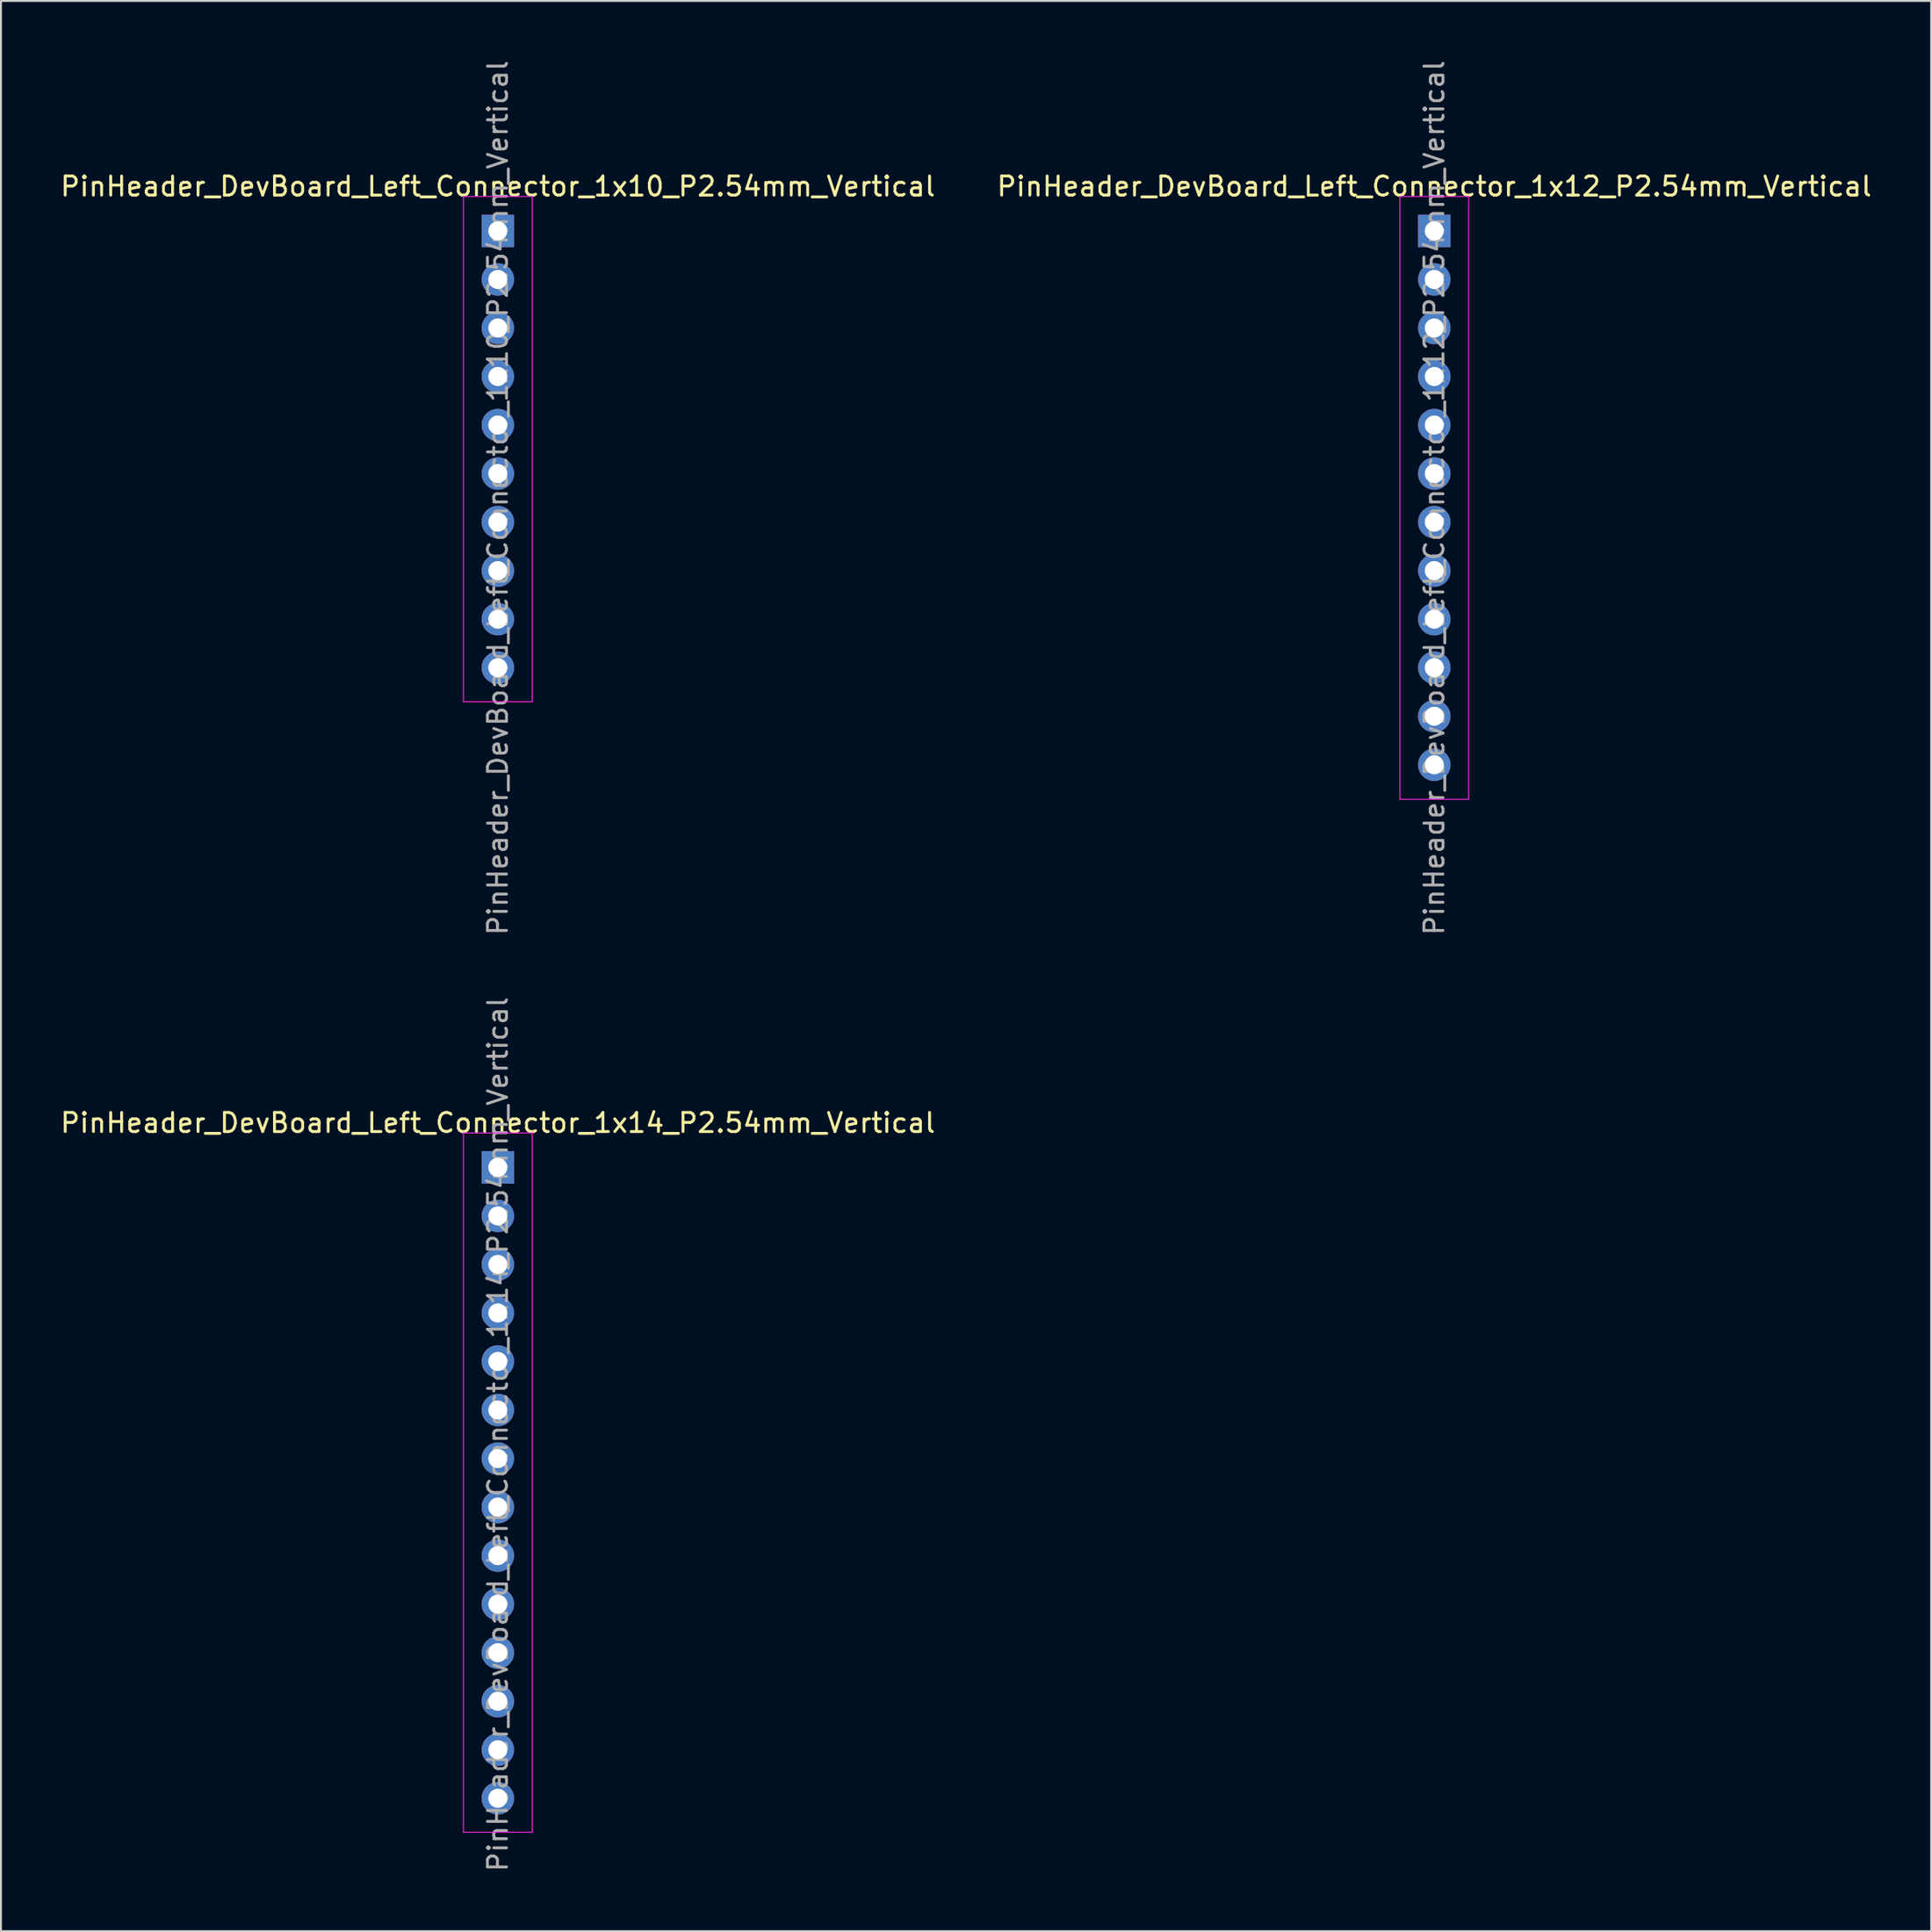
<source format=kicad_pcb>
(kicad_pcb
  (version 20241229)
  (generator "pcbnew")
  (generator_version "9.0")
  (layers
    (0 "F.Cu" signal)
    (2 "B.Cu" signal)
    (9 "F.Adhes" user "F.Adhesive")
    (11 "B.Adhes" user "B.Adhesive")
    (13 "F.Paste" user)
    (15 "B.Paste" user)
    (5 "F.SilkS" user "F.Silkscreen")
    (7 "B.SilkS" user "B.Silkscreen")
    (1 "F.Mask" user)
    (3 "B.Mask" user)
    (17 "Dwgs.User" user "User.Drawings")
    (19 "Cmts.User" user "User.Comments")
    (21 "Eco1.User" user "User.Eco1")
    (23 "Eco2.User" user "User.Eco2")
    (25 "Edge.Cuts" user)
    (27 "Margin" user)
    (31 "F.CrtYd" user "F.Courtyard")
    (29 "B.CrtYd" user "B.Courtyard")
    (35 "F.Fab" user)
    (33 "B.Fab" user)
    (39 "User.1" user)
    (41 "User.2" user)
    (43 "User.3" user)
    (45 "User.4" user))
  (footprint "PinHeader_DevBoard_Left_Connector_1x10_P2.54mm_Vertical"
    (layer "F.Cu")
    (at 23.006 9.036)
    (property "Reference" "PinHeader_DevBoard_Left_Connector_1x10_P2.54mm_Vertical" (at 0 -2.33 0) (layer "F.SilkS") (effects (font (size 1 1) (thickness 0.15))))
    (attr through_hole)
    (fp_line (start -1.8 -1.8) (end -1.8 24.638) (stroke (width 0.05) (type solid)) (layer "F.CrtYd"))
    (fp_line (start -1.8 24.638) (end 1.8 24.638) (stroke (width 0.05) (type solid)) (layer "F.CrtYd"))
    (fp_line (start 1.8 -1.8) (end -1.8 -1.8) (stroke (width 0.05) (type solid)) (layer "F.CrtYd"))
    (fp_line (start 1.8 24.638) (end 1.8 -1.8) (stroke (width 0.05) (type solid)) (layer "F.CrtYd"))
    (fp_text user "${NET_NAME(5)}" (at -0.508 9.398 45) (unlocked yes) (layer "B.SilkS") (effects (font (size 0.6 0.6) (thickness 0.15) (bold yes)) (justify bottom mirror)))
    (fp_text user "${NET_NAME(4)}" (at -0.508 6.858 45) (unlocked yes) (layer "B.SilkS") (effects (font (size 0.6 0.6) (thickness 0.15) (bold yes)) (justify bottom mirror)))
    (fp_text user "${NET_NAME(1)}" (at -0.762 -1.016 45) (unlocked yes) (layer "B.SilkS") (effects (font (size 0.6 0.6) (thickness 0.15) (bold yes)) (justify bottom mirror)))
    (fp_text user "${NET_NAME(10)}" (at -0.508 22.098 45) (unlocked yes) (layer "B.SilkS") (effects (font (size 0.6 0.6) (thickness 0.15) (bold yes)) (justify bottom mirror)))
    (fp_text user "${NET_NAME(7)}" (at -0.508 14.478 45) (unlocked yes) (layer "B.SilkS") (effects (font (size 0.6 0.6) (thickness 0.15) (bold yes)) (justify bottom mirror)))
    (fp_text user "${NET_NAME(2)}" (at -0.508 1.778 45) (unlocked yes) (layer "B.SilkS") (effects (font (size 0.6 0.6) (thickness 0.15) (bold yes)) (justify bottom mirror)))
    (fp_text user "${NET_NAME(6)}" (at -0.508 11.938 45) (unlocked yes) (layer "B.SilkS") (effects (font (size 0.6 0.6) (thickness 0.15) (bold yes)) (justify bottom mirror)))
    (fp_text user "${NET_NAME(9)}" (at -0.508 19.558 45) (unlocked yes) (layer "B.SilkS") (effects (font (size 0.6 0.6) (thickness 0.15) (bold yes)) (justify bottom mirror)))
    (fp_text user "${NET_NAME(8)}" (at -0.508 17.018 45) (unlocked yes) (layer "B.SilkS") (effects (font (size 0.6 0.6) (thickness 0.15) (bold yes)) (justify bottom mirror)))
    (fp_text user "${NET_NAME(3)}" (at -0.508 4.318 45) (unlocked yes) (layer "B.SilkS") (effects (font (size 0.6 0.6) (thickness 0.15) (bold yes)) (justify bottom mirror)))
    (fp_text user "${REFERENCE}" (at 0 13.97 90) (layer "F.Fab") (effects (font (size 1 1) (thickness 0.15))))
    (pad "1" thru_hole rect (at 0 0) (size 1.7 1.7) (drill 1) (layers "*.Cu" "*.Mask"))
    (pad "2" thru_hole oval (at 0 2.54) (size 1.7 1.7) (drill 1) (layers "*.Cu" "*.Mask"))
    (pad "3" thru_hole oval (at 0 5.08) (size 1.7 1.7) (drill 1) (layers "*.Cu" "*.Mask"))
    (pad "4" thru_hole oval (at 0 7.62) (size 1.7 1.7) (drill 1) (layers "*.Cu" "*.Mask"))
    (pad "5" thru_hole oval (at 0 10.16) (size 1.7 1.7) (drill 1) (layers "*.Cu" "*.Mask"))
    (pad "6" thru_hole oval (at 0 12.7) (size 1.7 1.7) (drill 1) (layers "*.Cu" "*.Mask"))
    (pad "7" thru_hole oval (at 0 15.24) (size 1.7 1.7) (drill 1) (layers "*.Cu" "*.Mask"))
    (pad "8" thru_hole oval (at 0 17.78) (size 1.7 1.7) (drill 1) (layers "*.Cu" "*.Mask"))
    (pad "9" thru_hole oval (at 0 20.32) (size 1.7 1.7) (drill 1) (layers "*.Cu" "*.Mask"))
    (pad "10" thru_hole oval (at 0 22.86) (size 1.7 1.7) (drill 1) (layers "*.Cu" "*.Mask")))
  (footprint "PinHeader_DevBoard_Left_Connector_1x14_P2.54mm_Vertical"
    (layer "F.Cu")
    (at 23.006 58.048)
    (property "Reference" "PinHeader_DevBoard_Left_Connector_1x14_P2.54mm_Vertical" (at 0 -2.33 0) (layer "F.SilkS") (effects (font (size 1 1) (thickness 0.15))))
    (attr through_hole)
    (fp_line (start -1.8 -1.8) (end -1.8 34.798) (stroke (width 0.05) (type solid)) (layer "F.CrtYd"))
    (fp_line (start -1.8 34.798) (end 1.8 34.798) (stroke (width 0.05) (type solid)) (layer "F.CrtYd"))
    (fp_line (start 1.8 -1.8) (end -1.8 -1.8) (stroke (width 0.05) (type solid)) (layer "F.CrtYd"))
    (fp_line (start 1.8 34.798) (end 1.8 -1.8) (stroke (width 0.05) (type solid)) (layer "F.CrtYd"))
    (fp_text user "${NET_NAME(9)}" (at -0.508 19.558 45) (unlocked yes) (layer "B.SilkS") (effects (font (size 0.6 0.6) (thickness 0.15) (bold yes)) (justify bottom mirror)))
    (fp_text user "${NET_NAME(3)}" (at -0.508 4.318 45) (unlocked yes) (layer "B.SilkS") (effects (font (size 0.6 0.6) (thickness 0.15) (bold yes)) (justify bottom mirror)))
    (fp_text user "${NET_NAME(2)}" (at -0.508 1.778 45) (unlocked yes) (layer "B.SilkS") (effects (font (size 0.6 0.6) (thickness 0.15) (bold yes)) (justify bottom mirror)))
    (fp_text user "${NET_NAME(12)}" (at -0.508 27.178 45) (unlocked yes) (layer "B.SilkS") (effects (font (size 0.6 0.6) (thickness 0.15) (bold yes)) (justify bottom mirror)))
    (fp_text user "${NET_NAME(1)}" (at -0.762 -1.016 45) (unlocked yes) (layer "B.SilkS") (effects (font (size 0.6 0.6) (thickness 0.15) (bold yes)) (justify bottom mirror)))
    (fp_text user "${NET_NAME(11)}" (at -0.508 24.638 45) (unlocked yes) (layer "B.SilkS") (effects (font (size 0.6 0.6) (thickness 0.15) (bold yes)) (justify bottom mirror)))
    (fp_text user "${NET_NAME(7)}" (at -0.508 14.478 45) (unlocked yes) (layer "B.SilkS") (effects (font (size 0.6 0.6) (thickness 0.15) (bold yes)) (justify bottom mirror)))
    (fp_text user "${NET_NAME(14)}" (at -0.508 32.258 45) (unlocked yes) (layer "B.SilkS") (effects (font (size 0.6 0.6) (thickness 0.15) (bold yes)) (justify bottom mirror)))
    (fp_text user "${NET_NAME(8)}" (at -0.508 17.018 45) (unlocked yes) (layer "B.SilkS") (effects (font (size 0.6 0.6) (thickness 0.15) (bold yes)) (justify bottom mirror)))
    (fp_text user "${NET_NAME(5)}" (at -0.508 9.398 45) (unlocked yes) (layer "B.SilkS") (effects (font (size 0.6 0.6) (thickness 0.15) (bold yes)) (justify bottom mirror)))
    (fp_text user "${NET_NAME(10)}" (at -0.508 22.098 45) (unlocked yes) (layer "B.SilkS") (effects (font (size 0.6 0.6) (thickness 0.15) (bold yes)) (justify bottom mirror)))
    (fp_text user "${NET_NAME(4)}" (at -0.508 6.858 45) (unlocked yes) (layer "B.SilkS") (effects (font (size 0.6 0.6) (thickness 0.15) (bold yes)) (justify bottom mirror)))
    (fp_text user "${NET_NAME(6)}" (at -0.508 11.938 45) (unlocked yes) (layer "B.SilkS") (effects (font (size 0.6 0.6) (thickness 0.15) (bold yes)) (justify bottom mirror)))
    (fp_text user "${NET_NAME(13)}" (at -0.508 29.718 45) (unlocked yes) (layer "B.SilkS") (effects (font (size 0.6 0.6) (thickness 0.15) (bold yes)) (justify bottom mirror)))
    (fp_text user "${REFERENCE}" (at 0 13.97 90) (layer "F.Fab") (effects (font (size 1 1) (thickness 0.15))))
    (pad "1" thru_hole rect (at 0 0) (size 1.7 1.7) (drill 1) (layers "*.Cu" "*.Mask"))
    (pad "2" thru_hole oval (at 0 2.54) (size 1.7 1.7) (drill 1) (layers "*.Cu" "*.Mask"))
    (pad "3" thru_hole oval (at 0 5.08) (size 1.7 1.7) (drill 1) (layers "*.Cu" "*.Mask"))
    (pad "4" thru_hole oval (at 0 7.62) (size 1.7 1.7) (drill 1) (layers "*.Cu" "*.Mask"))
    (pad "5" thru_hole oval (at 0 10.16) (size 1.7 1.7) (drill 1) (layers "*.Cu" "*.Mask"))
    (pad "6" thru_hole oval (at 0 12.7) (size 1.7 1.7) (drill 1) (layers "*.Cu" "*.Mask"))
    (pad "7" thru_hole oval (at 0 15.24) (size 1.7 1.7) (drill 1) (layers "*.Cu" "*.Mask"))
    (pad "8" thru_hole oval (at 0 17.78) (size 1.7 1.7) (drill 1) (layers "*.Cu" "*.Mask"))
    (pad "9" thru_hole oval (at 0 20.32) (size 1.7 1.7) (drill 1) (layers "*.Cu" "*.Mask"))
    (pad "10" thru_hole oval (at 0 22.86) (size 1.7 1.7) (drill 1) (layers "*.Cu" "*.Mask"))
    (pad "11" thru_hole oval (at 0 25.4) (size 1.7 1.7) (drill 1) (layers "*.Cu" "*.Mask"))
    (pad "12" thru_hole oval (at 0 27.94) (size 1.7 1.7) (drill 1) (layers "*.Cu" "*.Mask"))
    (pad "13" thru_hole oval (at 0 30.48) (size 1.7 1.7) (drill 1) (layers "*.Cu" "*.Mask"))
    (pad "14" thru_hole oval (at 0 33.02) (size 1.7 1.7) (drill 1) (layers "*.Cu" "*.Mask")))
  (footprint "PinHeader_DevBoard_Left_Connector_1x12_P2.54mm_Vertical"
    (layer "F.Cu")
    (at 72.018 9.036)
    (property "Reference" "PinHeader_DevBoard_Left_Connector_1x12_P2.54mm_Vertical" (at 0 -2.33 0) (layer "F.SilkS") (effects (font (size 1 1) (thickness 0.15))))
    (attr through_hole)
    (fp_line (start -1.8 -1.8) (end -1.8 29.75) (stroke (width 0.05) (type solid)) (layer "F.CrtYd"))
    (fp_line (start -1.8 29.75) (end 1.8 29.75) (stroke (width 0.05) (type solid)) (layer "F.CrtYd"))
    (fp_line (start 1.8 -1.8) (end -1.8 -1.8) (stroke (width 0.05) (type solid)) (layer "F.CrtYd"))
    (fp_line (start 1.8 29.75) (end 1.8 -1.8) (stroke (width 0.05) (type solid)) (layer "F.CrtYd"))
    (fp_text user "${NET_NAME(8)}" (at -0.508 17.018 45) (unlocked yes) (layer "B.SilkS") (effects (font (size 0.6 0.6) (thickness 0.15) (bold yes)) (justify bottom mirror)))
    (fp_text user "${NET_NAME(3)}" (at -0.508 4.318 45) (unlocked yes) (layer "B.SilkS") (effects (font (size 0.6 0.6) (thickness 0.15) (bold yes)) (justify bottom mirror)))
    (fp_text user "${NET_NAME(7)}" (at -0.508 14.478 45) (unlocked yes) (layer "B.SilkS") (effects (font (size 0.6 0.6) (thickness 0.15) (bold yes)) (justify bottom mirror)))
    (fp_text user "${NET_NAME(2)}" (at -0.508 1.778 45) (unlocked yes) (layer "B.SilkS") (effects (font (size 0.6 0.6) (thickness 0.15) (bold yes)) (justify bottom mirror)))
    (fp_text user "${NET_NAME(11)}" (at -0.508 24.638 45) (unlocked yes) (layer "B.SilkS") (effects (font (size 0.6 0.6) (thickness 0.15) (bold yes)) (justify bottom mirror)))
    (fp_text user "${NET_NAME(6)}" (at -0.508 11.938 45) (unlocked yes) (layer "B.SilkS") (effects (font (size 0.6 0.6) (thickness 0.15) (bold yes)) (justify bottom mirror)))
    (fp_text user "${NET_NAME(1)}" (at -0.762 -1.016 45) (unlocked yes) (layer "B.SilkS") (effects (font (size 0.6 0.6) (thickness 0.15) (bold yes)) (justify bottom mirror)))
    (fp_text user "${NET_NAME(9)}" (at -0.508 19.558 45) (unlocked yes) (layer "B.SilkS") (effects (font (size 0.6 0.6) (thickness 0.15) (bold yes)) (justify bottom mirror)))
    (fp_text user "${NET_NAME(4)}" (at -0.508 6.858 45) (unlocked yes) (layer "B.SilkS") (effects (font (size 0.6 0.6) (thickness 0.15) (bold yes)) (justify bottom mirror)))
    (fp_text user "${NET_NAME(10)}" (at -0.508 22.098 45) (unlocked yes) (layer "B.SilkS") (effects (font (size 0.6 0.6) (thickness 0.15) (bold yes)) (justify bottom mirror)))
    (fp_text user "${NET_NAME(12)}" (at -0.508 27.178 45) (unlocked yes) (layer "B.SilkS") (effects (font (size 0.6 0.6) (thickness 0.15) (bold yes)) (justify bottom mirror)))
    (fp_text user "${NET_NAME(5)}" (at -0.508 9.398 45) (unlocked yes) (layer "B.SilkS") (effects (font (size 0.6 0.6) (thickness 0.15) (bold yes)) (justify bottom mirror)))
    (fp_text user "${REFERENCE}" (at 0 13.97 90) (layer "F.Fab") (effects (font (size 1 1) (thickness 0.15))))
    (pad "1" thru_hole rect (at 0 0) (size 1.7 1.7) (drill 1) (layers "*.Cu" "*.Mask"))
    (pad "2" thru_hole oval (at 0 2.54) (size 1.7 1.7) (drill 1) (layers "*.Cu" "*.Mask"))
    (pad "3" thru_hole oval (at 0 5.08) (size 1.7 1.7) (drill 1) (layers "*.Cu" "*.Mask"))
    (pad "4" thru_hole oval (at 0 7.62) (size 1.7 1.7) (drill 1) (layers "*.Cu" "*.Mask"))
    (pad "5" thru_hole oval (at 0 10.16) (size 1.7 1.7) (drill 1) (layers "*.Cu" "*.Mask"))
    (pad "6" thru_hole oval (at 0 12.7) (size 1.7 1.7) (drill 1) (layers "*.Cu" "*.Mask"))
    (pad "7" thru_hole oval (at 0 15.24) (size 1.7 1.7) (drill 1) (layers "*.Cu" "*.Mask"))
    (pad "8" thru_hole oval (at 0 17.78) (size 1.7 1.7) (drill 1) (layers "*.Cu" "*.Mask"))
    (pad "9" thru_hole oval (at 0 20.32) (size 1.7 1.7) (drill 1) (layers "*.Cu" "*.Mask"))
    (pad "10" thru_hole oval (at 0 22.86) (size 1.7 1.7) (drill 1) (layers "*.Cu" "*.Mask"))
    (pad "11" thru_hole oval (at 0 25.4) (size 1.7 1.7) (drill 1) (layers "*.Cu" "*.Mask"))
    (pad "12" thru_hole oval (at 0 27.94) (size 1.7 1.7) (drill 1) (layers "*.Cu" "*.Mask")))
  (gr_rect
    (start -3 -3)
    (end 98.024 98.024)
    (stroke (width 0.1) (type default))
    (fill no)
    (layer "Edge.Cuts")))
</source>
